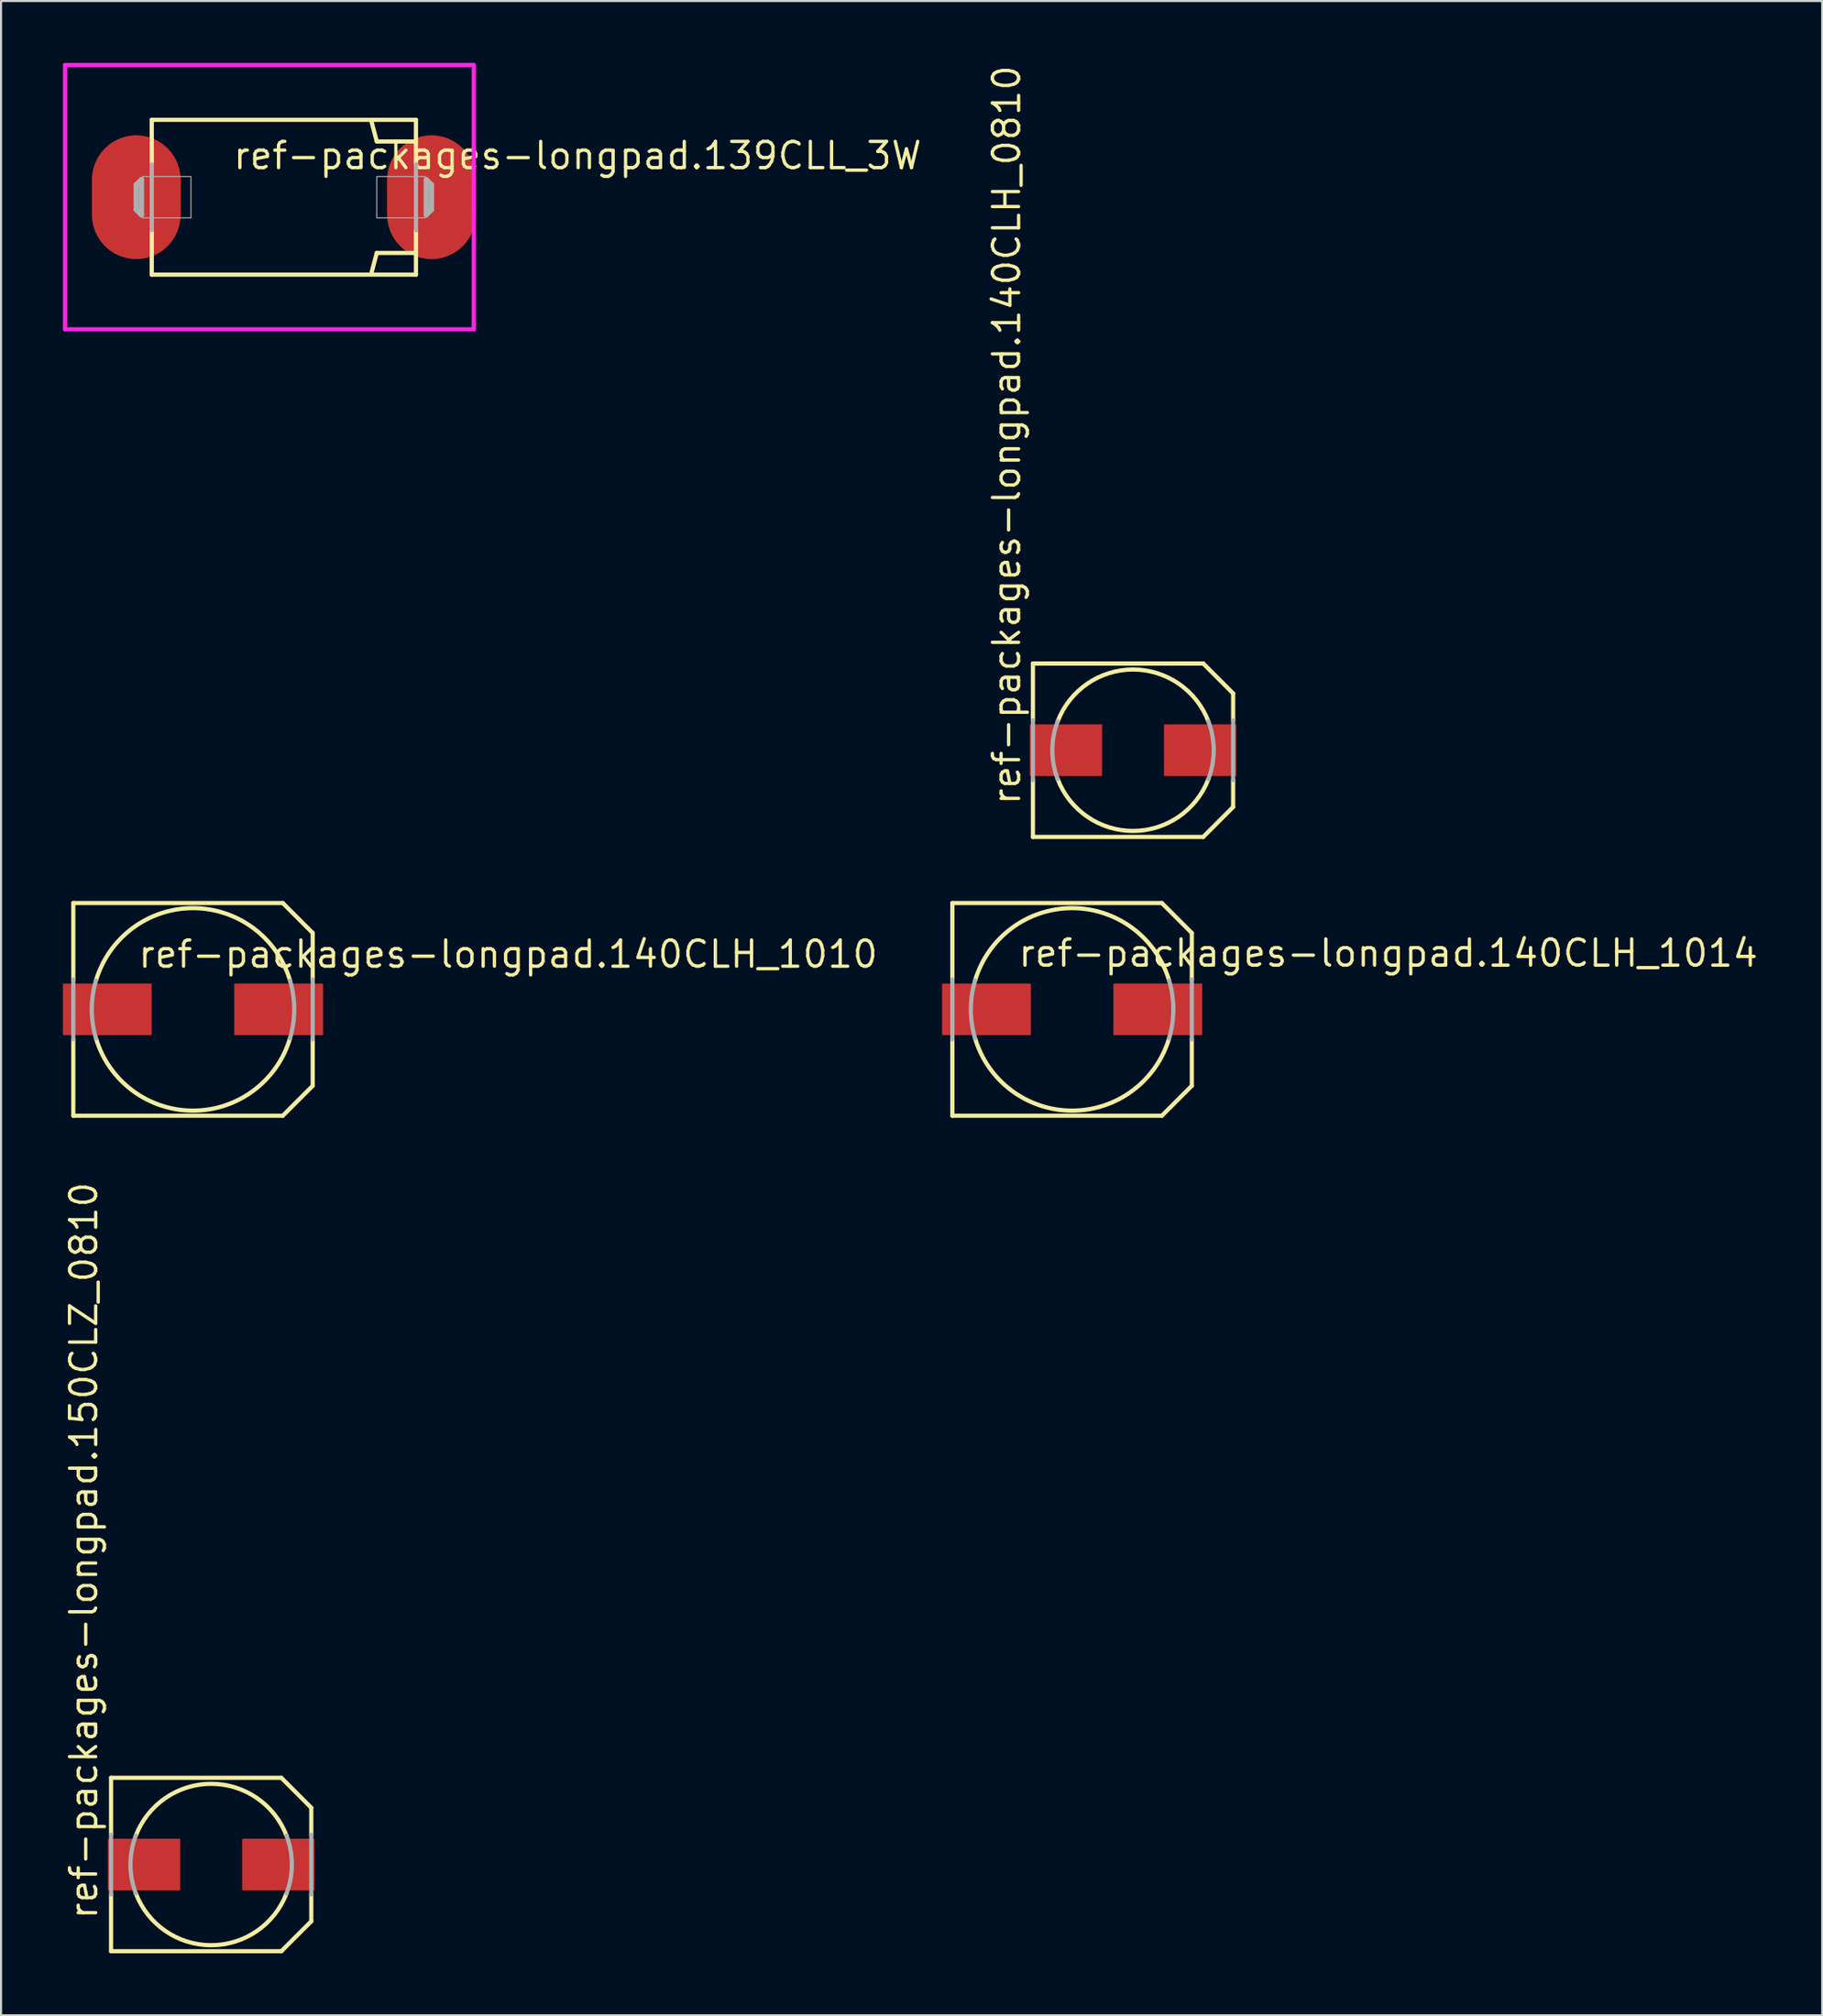
<source format=kicad_pcb>
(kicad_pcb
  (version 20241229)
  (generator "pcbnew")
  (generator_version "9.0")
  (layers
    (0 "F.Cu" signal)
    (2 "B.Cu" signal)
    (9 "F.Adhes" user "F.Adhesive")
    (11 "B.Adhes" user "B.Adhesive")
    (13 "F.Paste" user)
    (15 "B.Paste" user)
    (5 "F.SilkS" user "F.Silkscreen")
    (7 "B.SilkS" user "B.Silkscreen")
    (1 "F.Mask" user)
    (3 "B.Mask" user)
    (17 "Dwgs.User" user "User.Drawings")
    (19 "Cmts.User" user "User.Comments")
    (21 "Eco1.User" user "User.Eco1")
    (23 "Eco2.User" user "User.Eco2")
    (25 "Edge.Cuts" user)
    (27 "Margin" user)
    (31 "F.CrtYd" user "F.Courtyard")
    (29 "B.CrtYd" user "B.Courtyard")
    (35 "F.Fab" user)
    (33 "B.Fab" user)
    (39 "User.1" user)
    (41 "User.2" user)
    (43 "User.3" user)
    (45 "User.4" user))
  (footprint "ref-packages-longpad.140CLH_1014"
    (layer "F.Cu")
    (at 48.888 45.841)
    (property "Reference" "ref-packages-longpad.140CLH_1014" (at -2.69 -1.98 0) (layer "F.SilkS") (effects (font (size 1.27 1.27) (thickness 0.16)) (justify left bottom)))
    (attr smd)
    (fp_line (start -5.8 -5.15) (end 4.35 -5.15) (stroke (width 0.203) (type default)) (layer "F.SilkS"))
    (fp_line (start -5.8 -1.45) (end -5.8 -5.15) (stroke (width 0.203) (type default)) (layer "F.SilkS"))
    (fp_line (start -5.8 5.15) (end -5.8 1.45) (stroke (width 0.203) (type default)) (layer "F.SilkS"))
    (fp_line (start 4.35 5.15) (end -5.8 5.15) (stroke (width 0.203) (type default)) (layer "F.SilkS"))
    (fp_line (start 5.8 -3.7) (end 4.35 -5.15) (stroke (width 0.203) (type default)) (layer "F.SilkS"))
    (fp_line (start 5.8 -3.7) (end 5.8 -1.45) (stroke (width 0.203) (type default)) (layer "F.SilkS"))
    (fp_line (start 5.8 1.45) (end 5.8 3.7) (stroke (width 0.203) (type default)) (layer "F.SilkS"))
    (fp_line (start 5.8 3.7) (end 4.35 5.15) (stroke (width 0.203) (type default)) (layer "F.SilkS"))
    (fp_arc (start -4.7 -1.4) (mid 0 -4.90408) (end 4.7 -1.4) (stroke (width 0.2032) (type default)) (layer "F.SilkS"))
    (fp_arc (start 4.7 1.4) (mid 0 4.90408) (end -4.7 1.4) (stroke (width 0.2032) (type default)) (layer "F.SilkS"))
    (fp_line (start -5.8 1.45) (end -5.8 -1.45) (stroke (width 0.203) (type default)) (layer "F.Fab"))
    (fp_line (start 5.8 -1.45) (end 5.8 1.45) (stroke (width 0.203) (type default)) (layer "F.Fab"))
    (fp_arc (start -4.7 1.4) (mid -4.90408 0) (end -4.7 -1.4) (stroke (width 0.2032) (type default)) (layer "F.Fab"))
    (fp_arc (start 4.7 -1.4) (mid 4.90408 0) (end 4.7 1.4) (stroke (width 0.2032) (type default)) (layer "F.Fab"))
    (pad "+" smd roundrect (at 4.15 0) (size 4.3 2.5) (layers "F.Cu" "F.Mask" "F.Paste") (roundrect_rratio 0.01))
    (pad "-" smd roundrect (at -4.15 0) (size 4.3 2.5) (layers "F.Cu" "F.Mask" "F.Paste") (roundrect_rratio 0.01)))
  (footprint "ref-packages-longpad.139CLL_3W"
    (layer "F.Cu")
    (at 10.702 6.502)
    (property "Reference" "ref-packages-longpad.139CLL_3W" (at -2.54 -1.27 0) (layer "F.SilkS") (effects (font (size 1.27 1.27) (thickness 0.16)) (justify left bottom)))
    (attr smd)
    (fp_line (start -6.4 -3.75) (end 6.4 -3.75) (stroke (width 0.203) (type default)) (layer "F.SilkS"))
    (fp_line (start -6.4 -1.6) (end -6.4 -3.75) (stroke (width 0.203) (type default)) (layer "F.SilkS"))
    (fp_line (start -6.4 3.75) (end -6.4 1.6) (stroke (width 0.203) (type default)) (layer "F.SilkS"))
    (fp_line (start 4.5 -2.7) (end 4.25 -3.65) (stroke (width 0.203) (type default)) (layer "F.SilkS"))
    (fp_line (start 4.5 2.7) (end 4.25 3.65) (stroke (width 0.203) (type default)) (layer "F.SilkS"))
    (fp_line (start 6.35 -2.7) (end 4.5 -2.7) (stroke (width 0.203) (type default)) (layer "F.SilkS"))
    (fp_line (start 6.35 2.7) (end 4.5 2.7) (stroke (width 0.203) (type default)) (layer "F.SilkS"))
    (fp_line (start 6.4 -3.75) (end 6.4 -1.6) (stroke (width 0.203) (type default)) (layer "F.SilkS"))
    (fp_line (start 6.4 1.6) (end 6.4 3.75) (stroke (width 0.203) (type default)) (layer "F.SilkS"))
    (fp_line (start 6.4 3.75) (end -6.4 3.75) (stroke (width 0.203) (type default)) (layer "F.SilkS"))
    (fp_line (start -10.6 -6.4) (end -10.6 6.4) (stroke (width 0.203) (type default)) (layer "F.CrtYd"))
    (fp_line (start -10.6 6.4) (end 9.2 6.4) (stroke (width 0.203) (type default)) (layer "F.CrtYd"))
    (fp_line (start 9.2 -6.4) (end -10.6 -6.4) (stroke (width 0.203) (type default)) (layer "F.CrtYd"))
    (fp_line (start 9.2 6.4) (end 9.2 -6.4) (stroke (width 0.203) (type default)) (layer "F.CrtYd"))
    (fp_line (start -7.15 -0.6) (end -6.9 -0.85) (stroke (width 0.254) (type default)) (layer "F.Fab"))
    (fp_line (start -7.15 0.6) (end -7.15 -0.6) (stroke (width 0.254) (type default)) (layer "F.Fab"))
    (fp_line (start -6.9 -0.85) (end -6.9 0.85) (stroke (width 0.254) (type default)) (layer "F.Fab"))
    (fp_line (start -6.9 0.85) (end -7.15 0.6) (stroke (width 0.254) (type default)) (layer "F.Fab"))
    (fp_line (start -6.4 1.6) (end -6.4 -1.6) (stroke (width 0.203) (type default)) (layer "F.Fab"))
    (fp_line (start 6.4 -1.6) (end 6.4 1.6) (stroke (width 0.203) (type default)) (layer "F.Fab"))
    (fp_line (start 6.9 -0.85) (end 7.15 -0.6) (stroke (width 0.254) (type default)) (layer "F.Fab"))
    (fp_line (start 6.9 0.85) (end 6.9 -0.85) (stroke (width 0.254) (type default)) (layer "F.Fab"))
    (fp_line (start 7.15 -0.6) (end 7.15 0.6) (stroke (width 0.254) (type default)) (layer "F.Fab"))
    (fp_line (start 7.15 0.6) (end 6.9 0.85) (stroke (width 0.254) (type default)) (layer "F.Fab"))
    (fp_rect (start -6.85 1) (end -4.5 -1) (stroke (width 0.05) (type default)) (fill no) (layer "F.Fab"))
    (fp_rect (start 4.5 1) (end 6.85 -1) (stroke (width 0.05) (type default)) (fill no) (layer "F.Fab"))
    (pad "+" smd roundrect (at 7.15 0) (size 4.3 6) (layers "F.Cu" "F.Mask" "F.Paste") (roundrect_rratio 0.5))
    (pad "-" smd roundrect (at -7.15 0) (size 4.3 6) (layers "F.Cu" "F.Mask" "F.Paste") (roundrect_rratio 0.5)))
  (footprint "ref-packages-longpad.140CLH_1010"
    (layer "F.Cu")
    (at 6.3 45.841)
    (property "Reference" "ref-packages-longpad.140CLH_1010" (at -2.74 -1.93 0) (layer "F.SilkS") (effects (font (size 1.27 1.27) (thickness 0.16)) (justify left bottom)))
    (attr smd)
    (fp_line (start -5.8 -5.15) (end 4.35 -5.15) (stroke (width 0.203) (type default)) (layer "F.SilkS"))
    (fp_line (start -5.8 -1.45) (end -5.8 -5.15) (stroke (width 0.203) (type default)) (layer "F.SilkS"))
    (fp_line (start -5.8 5.15) (end -5.8 1.45) (stroke (width 0.203) (type default)) (layer "F.SilkS"))
    (fp_line (start 4.35 5.15) (end -5.8 5.15) (stroke (width 0.203) (type default)) (layer "F.SilkS"))
    (fp_line (start 5.8 -3.7) (end 4.35 -5.15) (stroke (width 0.203) (type default)) (layer "F.SilkS"))
    (fp_line (start 5.8 -3.7) (end 5.8 -1.45) (stroke (width 0.203) (type default)) (layer "F.SilkS"))
    (fp_line (start 5.8 1.45) (end 5.8 3.7) (stroke (width 0.203) (type default)) (layer "F.SilkS"))
    (fp_line (start 5.8 3.7) (end 4.35 5.15) (stroke (width 0.203) (type default)) (layer "F.SilkS"))
    (fp_arc (start -4.7 -1.4) (mid 0 -4.90408) (end 4.7 -1.4) (stroke (width 0.2032) (type default)) (layer "F.SilkS"))
    (fp_arc (start 4.7 1.4) (mid 0 4.90408) (end -4.7 1.4) (stroke (width 0.2032) (type default)) (layer "F.SilkS"))
    (fp_line (start -5.8 1.45) (end -5.8 -1.45) (stroke (width 0.203) (type default)) (layer "F.Fab"))
    (fp_line (start 5.8 -1.45) (end 5.8 1.45) (stroke (width 0.203) (type default)) (layer "F.Fab"))
    (fp_arc (start -4.7 1.4) (mid -4.90408 0) (end -4.7 -1.4) (stroke (width 0.2032) (type default)) (layer "F.Fab"))
    (fp_arc (start 4.7 -1.4) (mid 4.90408 0) (end 4.7 1.4) (stroke (width 0.2032) (type default)) (layer "F.Fab"))
    (pad "+" smd roundrect (at 4.15 0) (size 4.3 2.5) (layers "F.Cu" "F.Mask" "F.Paste") (roundrect_rratio 0.01))
    (pad "-" smd roundrect (at -4.15 0) (size 4.3 2.5) (layers "F.Cu" "F.Mask" "F.Paste") (roundrect_rratio 0.01)))
  (footprint "ref-packages-longpad.140CLH_0810"
    (layer "F.Cu")
    (at 51.84 33.288)
    (property "Reference" "ref-packages-longpad.140CLH_0810" (at -5.38 2.74 90) (layer "F.SilkS") (effects (font (size 1.27 1.27) (thickness 0.16)) (justify left bottom)))
    (attr smd)
    (fp_line (start -4.85 -4.2) (end 3.4 -4.2) (stroke (width 0.203) (type default)) (layer "F.SilkS"))
    (fp_line (start -4.85 -1.45) (end -4.85 -4.2) (stroke (width 0.203) (type default)) (layer "F.SilkS"))
    (fp_line (start -4.85 4.2) (end -4.85 1.45) (stroke (width 0.203) (type default)) (layer "F.SilkS"))
    (fp_line (start 3.4 4.2) (end -4.85 4.2) (stroke (width 0.203) (type default)) (layer "F.SilkS"))
    (fp_line (start 4.85 -2.75) (end 3.4 -4.2) (stroke (width 0.203) (type default)) (layer "F.SilkS"))
    (fp_line (start 4.85 -2.75) (end 4.85 -1.45) (stroke (width 0.203) (type default)) (layer "F.SilkS"))
    (fp_line (start 4.85 1.45) (end 4.85 2.75) (stroke (width 0.203) (type default)) (layer "F.SilkS"))
    (fp_line (start 4.85 2.75) (end 3.4 4.2) (stroke (width 0.203) (type default)) (layer "F.SilkS"))
    (fp_arc (start -3.65 -1.4) (mid 0 -3.909284) (end 3.65 -1.4) (stroke (width 0.2032) (type default)) (layer "F.SilkS"))
    (fp_arc (start 3.65 1.4) (mid 0 3.909284) (end -3.65 1.4) (stroke (width 0.2032) (type default)) (layer "F.SilkS"))
    (fp_line (start -4.85 1.45) (end -4.85 -1.45) (stroke (width 0.203) (type default)) (layer "F.Fab"))
    (fp_line (start 4.85 -1.45) (end 4.85 1.45) (stroke (width 0.203) (type default)) (layer "F.Fab"))
    (fp_arc (start -3.65 1.4) (mid -3.909284 0) (end -3.65 -1.4) (stroke (width 0.2032) (type default)) (layer "F.Fab"))
    (fp_arc (start 3.65 -1.4) (mid 3.909284 0) (end 3.65 1.4) (stroke (width 0.2032) (type default)) (layer "F.Fab"))
    (pad "+" smd roundrect (at 3.25 0) (size 3.5 2.5) (layers "F.Cu" "F.Mask" "F.Paste") (roundrect_rratio 0.01))
    (pad "-" smd roundrect (at -3.25 0) (size 3.5 2.5) (layers "F.Cu" "F.Mask" "F.Paste") (roundrect_rratio 0.01)))
  (footprint "ref-packages-longpad.150CLZ_0810"
    (layer "F.Cu")
    (at 7.18 87.26)
    (property "Reference" "ref-packages-longpad.150CLZ_0810" (at -5.43 2.74 90) (layer "F.SilkS") (effects (font (size 1.27 1.27) (thickness 0.16)) (justify left bottom)))
    (attr smd)
    (fp_line (start -4.85 -4.2) (end 3.4 -4.2) (stroke (width 0.203) (type default)) (layer "F.SilkS"))
    (fp_line (start -4.85 -1.45) (end -4.85 -4.2) (stroke (width 0.203) (type default)) (layer "F.SilkS"))
    (fp_line (start -4.85 4.2) (end -4.85 1.45) (stroke (width 0.203) (type default)) (layer "F.SilkS"))
    (fp_line (start 3.4 4.2) (end -4.85 4.2) (stroke (width 0.203) (type default)) (layer "F.SilkS"))
    (fp_line (start 4.85 -2.75) (end 3.4 -4.2) (stroke (width 0.203) (type default)) (layer "F.SilkS"))
    (fp_line (start 4.85 -2.75) (end 4.85 -1.45) (stroke (width 0.203) (type default)) (layer "F.SilkS"))
    (fp_line (start 4.85 1.45) (end 4.85 2.75) (stroke (width 0.203) (type default)) (layer "F.SilkS"))
    (fp_line (start 4.85 2.75) (end 3.4 4.2) (stroke (width 0.203) (type default)) (layer "F.SilkS"))
    (fp_arc (start -3.65 -1.4) (mid 0 -3.909284) (end 3.65 -1.4) (stroke (width 0.2032) (type default)) (layer "F.SilkS"))
    (fp_arc (start 3.65 1.4) (mid 0 3.909284) (end -3.65 1.4) (stroke (width 0.2032) (type default)) (layer "F.SilkS"))
    (fp_line (start -4.85 1.45) (end -4.85 -1.45) (stroke (width 0.203) (type default)) (layer "F.Fab"))
    (fp_line (start 4.85 -1.45) (end 4.85 1.45) (stroke (width 0.203) (type default)) (layer "F.Fab"))
    (fp_arc (start -3.65 1.4) (mid -3.909284 0) (end -3.65 -1.4) (stroke (width 0.2032) (type default)) (layer "F.Fab"))
    (fp_arc (start 3.65 -1.4) (mid 3.909284 0) (end 3.65 1.4) (stroke (width 0.2032) (type default)) (layer "F.Fab"))
    (pad "+" smd roundrect (at 3.25 0) (size 3.5 2.5) (layers "F.Cu" "F.Mask" "F.Paste") (roundrect_rratio 0.01))
    (pad "-" smd roundrect (at -3.25 0) (size 3.5 2.5) (layers "F.Cu" "F.Mask" "F.Paste") (roundrect_rratio 0.01)))
  (gr_rect
    (start -3 -3)
    (end 85.226 94.561)
    (stroke (width 0.1) (type default))
    (fill no)
    (layer "Edge.Cuts")))
</source>
